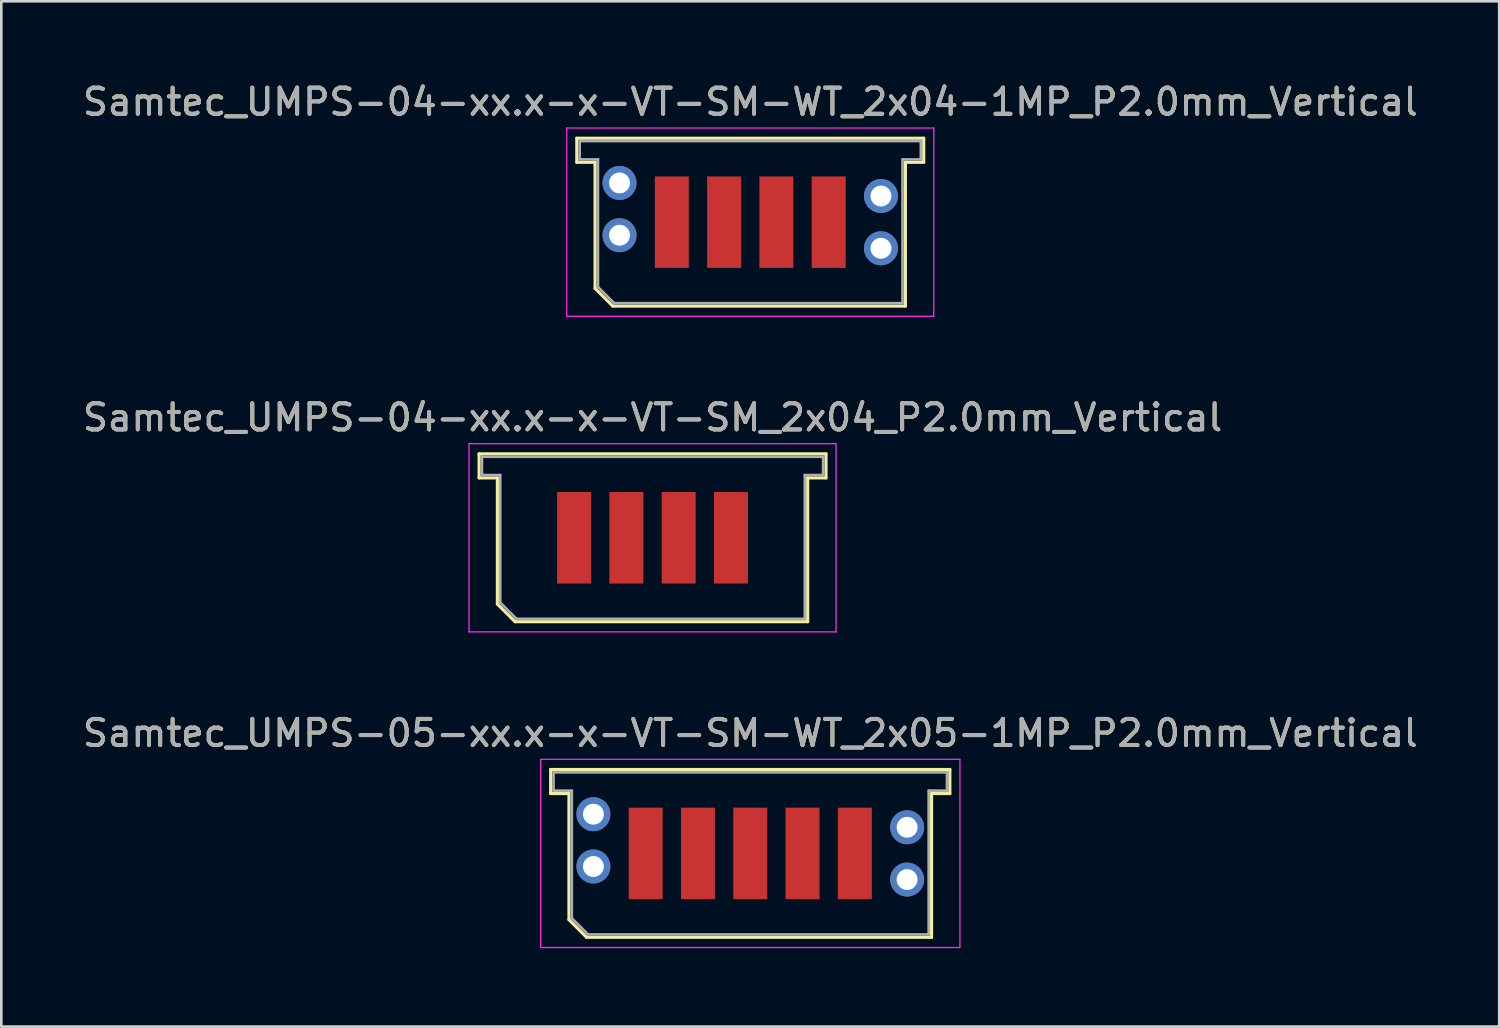
<source format=kicad_pcb>
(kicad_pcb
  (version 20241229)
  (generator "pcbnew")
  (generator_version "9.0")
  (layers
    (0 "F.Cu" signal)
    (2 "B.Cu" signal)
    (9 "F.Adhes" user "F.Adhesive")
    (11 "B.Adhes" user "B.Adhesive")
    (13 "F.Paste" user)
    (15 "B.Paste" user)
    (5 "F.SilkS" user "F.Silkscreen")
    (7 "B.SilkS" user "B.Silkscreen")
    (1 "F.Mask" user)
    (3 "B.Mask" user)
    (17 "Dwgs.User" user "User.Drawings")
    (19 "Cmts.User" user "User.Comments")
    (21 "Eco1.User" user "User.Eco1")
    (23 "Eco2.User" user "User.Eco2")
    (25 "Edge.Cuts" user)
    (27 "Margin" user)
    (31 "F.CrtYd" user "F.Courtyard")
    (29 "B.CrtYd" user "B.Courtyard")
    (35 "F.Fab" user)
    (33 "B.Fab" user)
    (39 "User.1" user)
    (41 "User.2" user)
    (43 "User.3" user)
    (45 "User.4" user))
  (footprint "Samtec_UMPS-05-xx.x-x-VT-SM-WT_2x05-1MP_P2.0mm_Vertical"
    (layer "F.Cu")
    (at 25.649 29.595)
    (property "Reference" "Samtec_UMPS-05-xx.x-x-VT-SM-WT_2x05-1MP_P2.0mm_Vertical" (at 0 -4.6 0) (layer "F.SilkS") (effects (font (size 1 1) (thickness 0.15))))
    (attr smd)
    (fp_line (start -7.635 -3.21) (end -7.635 -2.29) (stroke (width 0.12) (type solid)) (layer "F.SilkS"))
    (fp_line (start -7.635 -2.29) (end -6.935 -2.29) (stroke (width 0.12) (type solid)) (layer "F.SilkS"))
    (fp_line (start -6.935 -2.29) (end -6.935 2.535) (stroke (width 0.12) (type solid)) (layer "F.SilkS"))
    (fp_line (start -6.935 2.535) (end -6.26 3.21) (stroke (width 0.12) (type solid)) (layer "F.SilkS"))
    (fp_line (start -6.26 3.21) (end 6.935 3.21) (stroke (width 0.12) (type solid)) (layer "F.SilkS"))
    (fp_line (start 6.935 -2.29) (end 7.635 -2.29) (stroke (width 0.12) (type solid)) (layer "F.SilkS"))
    (fp_line (start 6.935 3.21) (end 6.935 -2.29) (stroke (width 0.12) (type solid)) (layer "F.SilkS"))
    (fp_line (start 7.635 -3.21) (end -7.635 -3.21) (stroke (width 0.12) (type solid)) (layer "F.SilkS"))
    (fp_line (start 7.635 -2.29) (end 7.635 -3.21) (stroke (width 0.12) (type solid)) (layer "F.SilkS"))
    (fp_line (start -8.02 -3.6) (end -8.02 3.6) (stroke (width 0.05) (type solid)) (layer "F.CrtYd"))
    (fp_line (start -8.02 3.6) (end 8.02 3.6) (stroke (width 0.05) (type solid)) (layer "F.CrtYd"))
    (fp_line (start 8.02 -3.6) (end -8.02 -3.6) (stroke (width 0.05) (type solid)) (layer "F.CrtYd"))
    (fp_line (start 8.02 3.6) (end 8.02 -3.6) (stroke (width 0.05) (type solid)) (layer "F.CrtYd"))
    (fp_line (start -7.525 -3.1) (end -7.525 -2.4) (stroke (width 0.1) (type solid)) (layer "F.Fab"))
    (fp_line (start -7.525 -2.4) (end -6.825 -2.4) (stroke (width 0.1) (type solid)) (layer "F.Fab"))
    (fp_line (start -6.825 -2.4) (end -6.825 2.48) (stroke (width 0.1) (type solid)) (layer "F.Fab"))
    (fp_line (start -6.825 2.48) (end -6.205 3.1) (stroke (width 0.1) (type solid)) (layer "F.Fab"))
    (fp_line (start -6.205 3.1) (end 6.825 3.1) (stroke (width 0.1) (type solid)) (layer "F.Fab"))
    (fp_line (start 6.825 -2.4) (end 7.525 -2.4) (stroke (width 0.1) (type solid)) (layer "F.Fab"))
    (fp_line (start 6.825 3.1) (end 6.825 -2.4) (stroke (width 0.1) (type solid)) (layer "F.Fab"))
    (fp_line (start 7.525 -3.1) (end -7.525 -3.1) (stroke (width 0.1) (type solid)) (layer "F.Fab"))
    (fp_line (start 7.525 -2.4) (end 7.525 -3.1) (stroke (width 0.1) (type solid)) (layer "F.Fab"))
    (fp_text user "${REFERENCE}" (at 0 -4.6 0) (layer "F.Fab") (effects (font (size 1 1) (thickness 0.15))))
    (pad "1" smd rect (at -4 0) (size 1.3 3.5) (layers "F.Cu" "F.Mask" "F.Paste"))
    (pad "2" smd rect (at -2 0) (size 1.3 3.5) (layers "F.Cu" "F.Mask" "F.Paste"))
    (pad "3" smd rect (at 0 0) (size 1.3 3.5) (layers "F.Cu" "F.Mask" "F.Paste"))
    (pad "4" smd rect (at 2 0) (size 1.3 3.5) (layers "F.Cu" "F.Mask" "F.Paste"))
    (pad "5" smd rect (at 4 0) (size 1.3 3.5) (layers "F.Cu" "F.Mask" "F.Paste"))
    (pad "MP" thru_hole circle (at -6 -1.5) (size 1.3 1.3) (drill 0.8) (layers "*.Cu" "*.Mask"))
    (pad "MP" thru_hole circle (at -6 0.5) (size 1.3 1.3) (drill 0.8) (layers "*.Cu" "*.Mask"))
    (pad "MP" thru_hole circle (at 6 -1) (size 1.3 1.3) (drill 0.8) (layers "*.Cu" "*.Mask"))
    (pad "MP" thru_hole circle (at 6 1) (size 1.3 1.3) (drill 0.8) (layers "*.Cu" "*.Mask")))
  (footprint "Samtec_UMPS-04-xx.x-x-VT-SM_2x04_P2.0mm_Vertical"
    (layer "F.Cu")
    (at 21.911 17.521)
    (property "Reference" "Samtec_UMPS-04-xx.x-x-VT-SM_2x04_P2.0mm_Vertical" (at 0 -4.6 0) (layer "F.SilkS") (effects (font (size 1 1) (thickness 0.15))))
    (attr smd)
    (fp_line (start -6.635 -3.21) (end -6.635 -2.29) (stroke (width 0.12) (type solid)) (layer "F.SilkS"))
    (fp_line (start -6.635 -2.29) (end -5.935 -2.29) (stroke (width 0.12) (type solid)) (layer "F.SilkS"))
    (fp_line (start -5.935 -2.29) (end -5.935 2.535) (stroke (width 0.12) (type solid)) (layer "F.SilkS"))
    (fp_line (start -5.935 2.535) (end -5.26 3.21) (stroke (width 0.12) (type solid)) (layer "F.SilkS"))
    (fp_line (start -5.26 3.21) (end 5.935 3.21) (stroke (width 0.12) (type solid)) (layer "F.SilkS"))
    (fp_line (start 5.935 -2.29) (end 6.635 -2.29) (stroke (width 0.12) (type solid)) (layer "F.SilkS"))
    (fp_line (start 5.935 3.21) (end 5.935 -2.29) (stroke (width 0.12) (type solid)) (layer "F.SilkS"))
    (fp_line (start 6.635 -3.21) (end -6.635 -3.21) (stroke (width 0.12) (type solid)) (layer "F.SilkS"))
    (fp_line (start 6.635 -2.29) (end 6.635 -3.21) (stroke (width 0.12) (type solid)) (layer "F.SilkS"))
    (fp_line (start -7.02 -3.6) (end -7.02 3.6) (stroke (width 0.05) (type solid)) (layer "F.CrtYd"))
    (fp_line (start -7.02 3.6) (end 7.02 3.6) (stroke (width 0.05) (type solid)) (layer "F.CrtYd"))
    (fp_line (start 7.02 -3.6) (end -7.02 -3.6) (stroke (width 0.05) (type solid)) (layer "F.CrtYd"))
    (fp_line (start 7.02 3.6) (end 7.02 -3.6) (stroke (width 0.05) (type solid)) (layer "F.CrtYd"))
    (fp_line (start -6.525 -3.1) (end -6.525 -2.4) (stroke (width 0.1) (type solid)) (layer "F.Fab"))
    (fp_line (start -6.525 -2.4) (end -5.825 -2.4) (stroke (width 0.1) (type solid)) (layer "F.Fab"))
    (fp_line (start -5.825 -2.4) (end -5.825 2.48) (stroke (width 0.1) (type solid)) (layer "F.Fab"))
    (fp_line (start -5.825 2.48) (end -5.205 3.1) (stroke (width 0.1) (type solid)) (layer "F.Fab"))
    (fp_line (start -5.205 3.1) (end 5.825 3.1) (stroke (width 0.1) (type solid)) (layer "F.Fab"))
    (fp_line (start 5.825 -2.4) (end 6.525 -2.4) (stroke (width 0.1) (type solid)) (layer "F.Fab"))
    (fp_line (start 5.825 3.1) (end 5.825 -2.4) (stroke (width 0.1) (type solid)) (layer "F.Fab"))
    (fp_line (start 6.525 -3.1) (end -6.525 -3.1) (stroke (width 0.1) (type solid)) (layer "F.Fab"))
    (fp_line (start 6.525 -2.4) (end 6.525 -3.1) (stroke (width 0.1) (type solid)) (layer "F.Fab"))
    (fp_text user "${REFERENCE}" (at 0 -4.6 0) (layer "F.Fab") (effects (font (size 1 1) (thickness 0.15))))
    (pad "1" smd rect (at -3 0) (size 1.3 3.5) (layers "F.Cu" "F.Mask" "F.Paste"))
    (pad "2" smd rect (at -1 0) (size 1.3 3.5) (layers "F.Cu" "F.Mask" "F.Paste"))
    (pad "3" smd rect (at 1 0) (size 1.3 3.5) (layers "F.Cu" "F.Mask" "F.Paste"))
    (pad "4" smd rect (at 3 0) (size 1.3 3.5) (layers "F.Cu" "F.Mask" "F.Paste")))
  (footprint "Samtec_UMPS-04-xx.x-x-VT-SM-WT_2x04-1MP_P2.0mm_Vertical"
    (layer "F.Cu")
    (at 25.649 5.448)
    (property "Reference" "Samtec_UMPS-04-xx.x-x-VT-SM-WT_2x04-1MP_P2.0mm_Vertical" (at 0 -4.6 0) (layer "F.SilkS") (effects (font (size 1 1) (thickness 0.15))))
    (attr smd)
    (fp_line (start -6.635 -3.21) (end -6.635 -2.29) (stroke (width 0.12) (type solid)) (layer "F.SilkS"))
    (fp_line (start -6.635 -2.29) (end -5.935 -2.29) (stroke (width 0.12) (type solid)) (layer "F.SilkS"))
    (fp_line (start -5.935 -2.29) (end -5.935 2.535) (stroke (width 0.12) (type solid)) (layer "F.SilkS"))
    (fp_line (start -5.935 2.535) (end -5.26 3.21) (stroke (width 0.12) (type solid)) (layer "F.SilkS"))
    (fp_line (start -5.26 3.21) (end 5.935 3.21) (stroke (width 0.12) (type solid)) (layer "F.SilkS"))
    (fp_line (start 5.935 -2.29) (end 6.635 -2.29) (stroke (width 0.12) (type solid)) (layer "F.SilkS"))
    (fp_line (start 5.935 3.21) (end 5.935 -2.29) (stroke (width 0.12) (type solid)) (layer "F.SilkS"))
    (fp_line (start 6.635 -3.21) (end -6.635 -3.21) (stroke (width 0.12) (type solid)) (layer "F.SilkS"))
    (fp_line (start 6.635 -2.29) (end 6.635 -3.21) (stroke (width 0.12) (type solid)) (layer "F.SilkS"))
    (fp_line (start -7.02 -3.6) (end -7.02 3.6) (stroke (width 0.05) (type solid)) (layer "F.CrtYd"))
    (fp_line (start -7.02 3.6) (end 7.02 3.6) (stroke (width 0.05) (type solid)) (layer "F.CrtYd"))
    (fp_line (start 7.02 -3.6) (end -7.02 -3.6) (stroke (width 0.05) (type solid)) (layer "F.CrtYd"))
    (fp_line (start 7.02 3.6) (end 7.02 -3.6) (stroke (width 0.05) (type solid)) (layer "F.CrtYd"))
    (fp_line (start -6.525 -3.1) (end -6.525 -2.4) (stroke (width 0.1) (type solid)) (layer "F.Fab"))
    (fp_line (start -6.525 -2.4) (end -5.825 -2.4) (stroke (width 0.1) (type solid)) (layer "F.Fab"))
    (fp_line (start -5.825 -2.4) (end -5.825 2.48) (stroke (width 0.1) (type solid)) (layer "F.Fab"))
    (fp_line (start -5.825 2.48) (end -5.205 3.1) (stroke (width 0.1) (type solid)) (layer "F.Fab"))
    (fp_line (start -5.205 3.1) (end 5.825 3.1) (stroke (width 0.1) (type solid)) (layer "F.Fab"))
    (fp_line (start 5.825 -2.4) (end 6.525 -2.4) (stroke (width 0.1) (type solid)) (layer "F.Fab"))
    (fp_line (start 5.825 3.1) (end 5.825 -2.4) (stroke (width 0.1) (type solid)) (layer "F.Fab"))
    (fp_line (start 6.525 -3.1) (end -6.525 -3.1) (stroke (width 0.1) (type solid)) (layer "F.Fab"))
    (fp_line (start 6.525 -2.4) (end 6.525 -3.1) (stroke (width 0.1) (type solid)) (layer "F.Fab"))
    (fp_text user "${REFERENCE}" (at 0 -4.6 0) (layer "F.Fab") (effects (font (size 1 1) (thickness 0.15))))
    (pad "1" smd rect (at -3 0) (size 1.3 3.5) (layers "F.Cu" "F.Mask" "F.Paste"))
    (pad "2" smd rect (at -1 0) (size 1.3 3.5) (layers "F.Cu" "F.Mask" "F.Paste"))
    (pad "3" smd rect (at 1 0) (size 1.3 3.5) (layers "F.Cu" "F.Mask" "F.Paste"))
    (pad "4" smd rect (at 3 0) (size 1.3 3.5) (layers "F.Cu" "F.Mask" "F.Paste"))
    (pad "MP" thru_hole circle (at -5 -1.5) (size 1.3 1.3) (drill 0.8) (layers "*.Cu" "*.Mask"))
    (pad "MP" thru_hole circle (at -5 0.5) (size 1.3 1.3) (drill 0.8) (layers "*.Cu" "*.Mask"))
    (pad "MP" thru_hole circle (at 5 -1) (size 1.3 1.3) (drill 0.8) (layers "*.Cu" "*.Mask"))
    (pad "MP" thru_hole circle (at 5 1) (size 1.3 1.3) (drill 0.8) (layers "*.Cu" "*.Mask")))
  (gr_rect
    (start -3 -3)
    (end 54.298 36.22)
    (stroke (width 0.1) (type default))
    (fill no)
    (layer "Edge.Cuts")))
</source>
